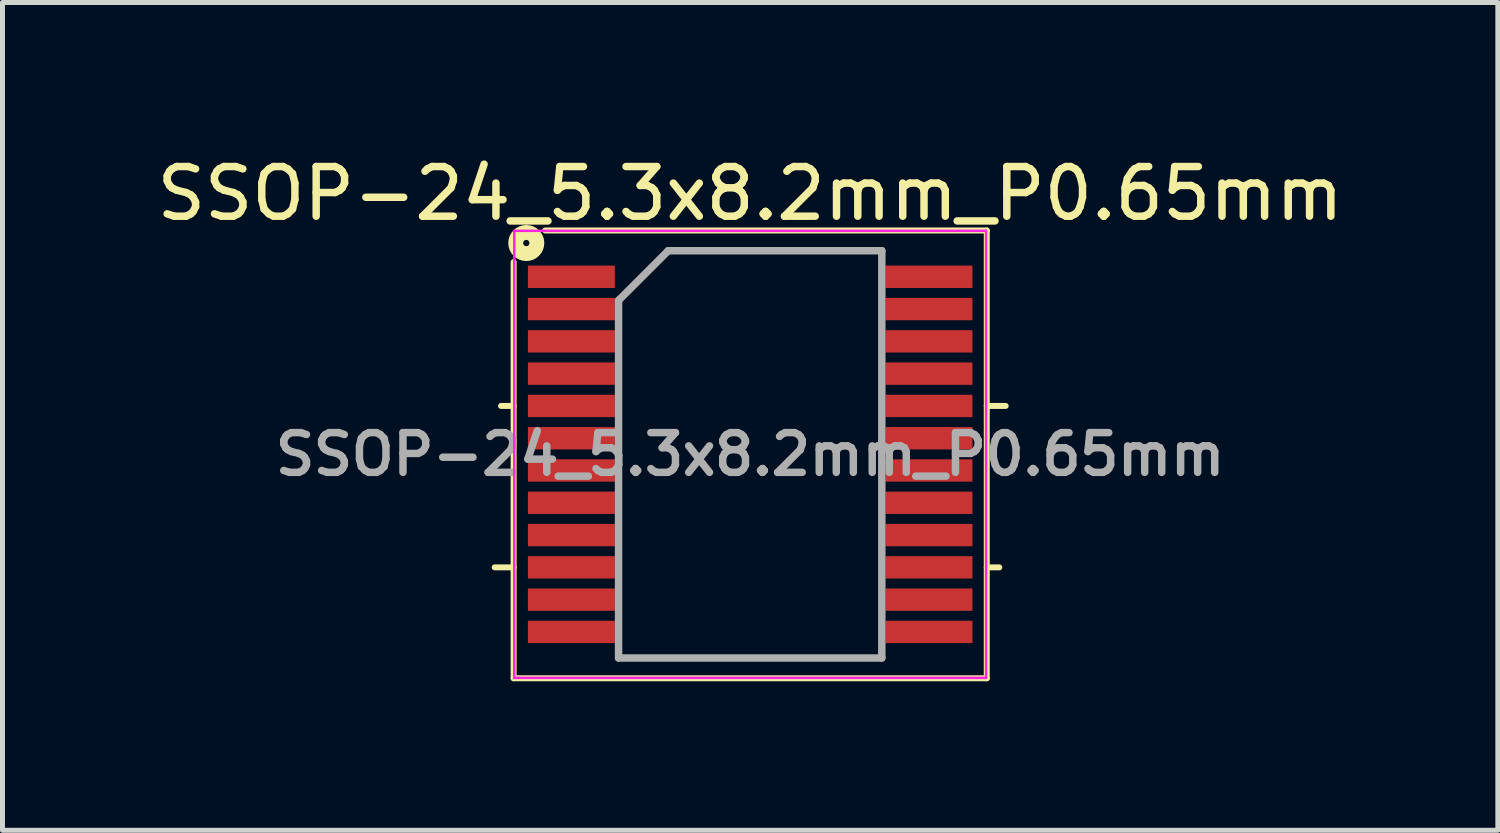
<source format=kicad_pcb>
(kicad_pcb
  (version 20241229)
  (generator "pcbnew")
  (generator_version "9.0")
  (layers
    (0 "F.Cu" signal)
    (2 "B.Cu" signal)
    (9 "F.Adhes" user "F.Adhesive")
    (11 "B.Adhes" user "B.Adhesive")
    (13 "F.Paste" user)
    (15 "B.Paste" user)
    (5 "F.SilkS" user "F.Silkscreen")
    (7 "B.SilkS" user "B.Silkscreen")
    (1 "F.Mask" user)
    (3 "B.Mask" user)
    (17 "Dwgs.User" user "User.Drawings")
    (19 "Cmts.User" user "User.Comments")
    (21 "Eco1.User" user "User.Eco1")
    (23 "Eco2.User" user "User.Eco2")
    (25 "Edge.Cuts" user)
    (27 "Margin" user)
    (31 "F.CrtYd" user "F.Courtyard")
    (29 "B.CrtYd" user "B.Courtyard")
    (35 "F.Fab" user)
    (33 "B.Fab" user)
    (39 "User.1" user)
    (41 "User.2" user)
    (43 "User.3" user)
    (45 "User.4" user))
  (footprint "SSOP-24_5.3x8.2mm_P0.65mm"
    (layer "F.Cu")
    (at 12.054 6.098)
    (property "Reference" "SSOP-24_5.3x8.2mm_P0.65mm" (at 0 -5.25 0) (layer "F.SilkS") (effects (font (size 1 1) (thickness 0.15))))
    (attr smd)
    (fp_line (start -5.144 2.275) (end -4.763 2.275) (stroke (width 0.12) (type solid)) (layer "F.SilkS"))
    (fp_line (start -5.016 -0.975) (end -4.763 -0.975) (stroke (width 0.12) (type solid)) (layer "F.SilkS"))
    (fp_line (start -4.763 -3.873) (end -4.763 4.508) (stroke (width 0.12) (type solid)) (layer "F.SilkS"))
    (fp_line (start -4.763 4.508) (end 4.763 4.508) (stroke (width 0.12) (type solid)) (layer "F.SilkS"))
    (fp_line (start 4.763 -4.508) (end -4.128 -4.508) (stroke (width 0.12) (type solid)) (layer "F.SilkS"))
    (fp_line (start 4.763 -0.975) (end 5.144 -0.975) (stroke (width 0.12) (type solid)) (layer "F.SilkS"))
    (fp_line (start 4.763 2.275) (end 5.016 2.275) (stroke (width 0.12) (type solid)) (layer "F.SilkS"))
    (fp_line (start 4.763 4.508) (end 4.763 -4.508) (stroke (width 0.12) (type solid)) (layer "F.SilkS"))
    (fp_circle (center -4.508 -4.255) (end -4.445 -4.255) (stroke (width 0.3) (type solid)) (fill no) (layer "F.SilkS"))
    (fp_line (start -4.75 -4.5) (end -4.75 4.5) (stroke (width 0.05) (type solid)) (layer "F.CrtYd"))
    (fp_line (start -4.75 -4.5) (end 4.75 -4.5) (stroke (width 0.05) (type solid)) (layer "F.CrtYd"))
    (fp_line (start -4.75 4.5) (end 4.75 4.5) (stroke (width 0.05) (type solid)) (layer "F.CrtYd"))
    (fp_line (start 4.75 -4.5) (end 4.75 4.5) (stroke (width 0.05) (type solid)) (layer "F.CrtYd"))
    (fp_line (start -2.65 -3.1) (end -1.65 -4.1) (stroke (width 0.15) (type solid)) (layer "F.Fab"))
    (fp_line (start -2.65 4.1) (end -2.65 -3.1) (stroke (width 0.15) (type solid)) (layer "F.Fab"))
    (fp_line (start -1.65 -4.1) (end 2.65 -4.1) (stroke (width 0.15) (type solid)) (layer "F.Fab"))
    (fp_line (start 2.65 -4.1) (end 2.65 4.1) (stroke (width 0.15) (type solid)) (layer "F.Fab"))
    (fp_line (start 2.65 4.1) (end -2.65 4.1) (stroke (width 0.15) (type solid)) (layer "F.Fab"))
    (fp_text user "${REFERENCE}" (at 0 0 0) (layer "F.Fab") (effects (font (size 0.8 0.8) (thickness 0.15))))
    (pad "1" smd rect (at -3.6 -3.575) (size 1.75 0.45) (layers "F.Cu" "F.Mask" "F.Paste"))
    (pad "2" smd rect (at -3.6 -2.925) (size 1.75 0.45) (layers "F.Cu" "F.Mask" "F.Paste"))
    (pad "3" smd rect (at -3.6 -2.275) (size 1.75 0.45) (layers "F.Cu" "F.Mask" "F.Paste"))
    (pad "4" smd rect (at -3.6 -1.625) (size 1.75 0.45) (layers "F.Cu" "F.Mask" "F.Paste"))
    (pad "5" smd rect (at -3.6 -0.975) (size 1.75 0.45) (layers "F.Cu" "F.Mask" "F.Paste"))
    (pad "6" smd rect (at -3.6 -0.325) (size 1.75 0.45) (layers "F.Cu" "F.Mask" "F.Paste"))
    (pad "7" smd rect (at -3.6 0.325) (size 1.75 0.45) (layers "F.Cu" "F.Mask" "F.Paste"))
    (pad "8" smd rect (at -3.6 0.975) (size 1.75 0.45) (layers "F.Cu" "F.Mask" "F.Paste"))
    (pad "9" smd rect (at -3.6 1.625) (size 1.75 0.45) (layers "F.Cu" "F.Mask" "F.Paste"))
    (pad "10" smd rect (at -3.6 2.275) (size 1.75 0.45) (layers "F.Cu" "F.Mask" "F.Paste"))
    (pad "11" smd rect (at -3.6 2.925) (size 1.75 0.45) (layers "F.Cu" "F.Mask" "F.Paste"))
    (pad "12" smd rect (at -3.6 3.575) (size 1.75 0.45) (layers "F.Cu" "F.Mask" "F.Paste"))
    (pad "13" smd rect (at 3.6 3.575) (size 1.75 0.45) (layers "F.Cu" "F.Mask" "F.Paste"))
    (pad "14" smd rect (at 3.6 2.925) (size 1.75 0.45) (layers "F.Cu" "F.Mask" "F.Paste"))
    (pad "15" smd rect (at 3.6 2.275) (size 1.75 0.45) (layers "F.Cu" "F.Mask" "F.Paste"))
    (pad "16" smd rect (at 3.6 1.625) (size 1.75 0.45) (layers "F.Cu" "F.Mask" "F.Paste"))
    (pad "17" smd rect (at 3.6 0.975) (size 1.75 0.45) (layers "F.Cu" "F.Mask" "F.Paste"))
    (pad "18" smd rect (at 3.6 0.325) (size 1.75 0.45) (layers "F.Cu" "F.Mask" "F.Paste"))
    (pad "19" smd rect (at 3.6 -0.325) (size 1.75 0.45) (layers "F.Cu" "F.Mask" "F.Paste"))
    (pad "20" smd rect (at 3.6 -0.975) (size 1.75 0.45) (layers "F.Cu" "F.Mask" "F.Paste"))
    (pad "21" smd rect (at 3.6 -1.625) (size 1.75 0.45) (layers "F.Cu" "F.Mask" "F.Paste"))
    (pad "22" smd rect (at 3.6 -2.275) (size 1.75 0.45) (layers "F.Cu" "F.Mask" "F.Paste"))
    (pad "23" smd rect (at 3.6 -2.925) (size 1.75 0.45) (layers "F.Cu" "F.Mask" "F.Paste"))
    (pad "24" smd rect (at 3.6 -3.575) (size 1.75 0.45) (layers "F.Cu" "F.Mask" "F.Paste")))
  (gr_rect
    (start -3 -3)
    (end 27.107 13.667)
    (stroke (width 0.1) (type default))
    (fill no)
    (layer "Edge.Cuts")))
</source>
